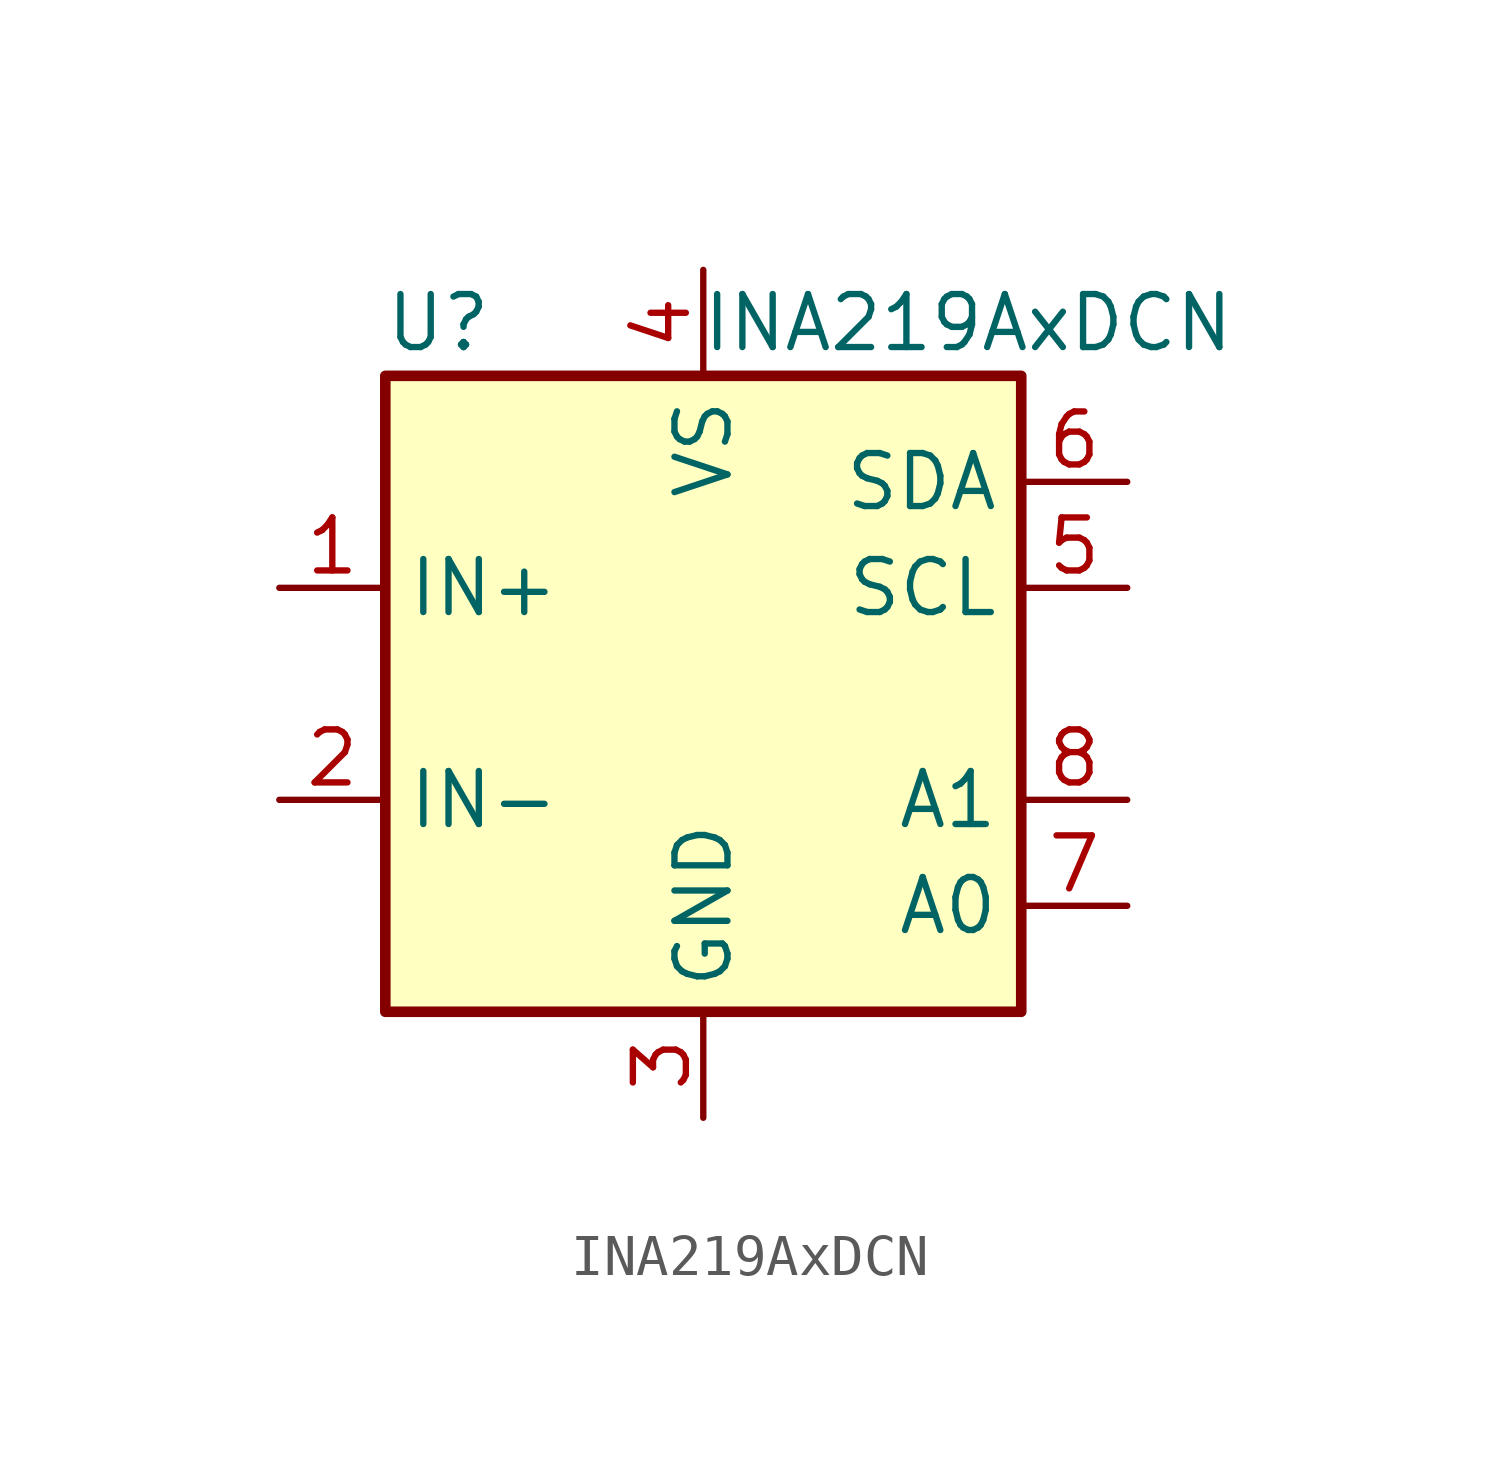
<source format=kicad_sym>
(kicad_symbol_lib
  (version 20220914)
  (generator kicad_symbol_editor)
  (symbol "INA219AxDCN"
    (property "Reference" "U"
      (at -6.35 8.89 0)
      (effects (font (size 1.27 1.27))))
    (property "Value" "INA219AxDCN"
      (at 6.35 8.89 0)
      (effects (font (size 1.27 1.27))))
    (symbol "INA219AxDCN_0_1"
      (rectangle (start -7.62 7.62) (end 7.62 -7.62) (stroke (width 0.254) (type default)) (fill (type background))))
    (symbol "INA219AxDCN_1_1"
      (pin input line (at -10.16 2.54 0) (length 2.54) (name "IN+" (effects (font (size 1.27 1.27)))) (number "1" (effects (font (size 1.27 1.27)))))
      (pin input line (at -10.16 -2.54 0) (length 2.54) (name "IN-" (effects (font (size 1.27 1.27)))) (number "2" (effects (font (size 1.27 1.27)))))
      (pin power_in line (at 0 -10.16 90) (length 2.54) (name "GND" (effects (font (size 1.27 1.27)))) (number "3" (effects (font (size 1.27 1.27)))))
      (pin power_in line (at 0 10.16 270) (length 2.54) (name "VS" (effects (font (size 1.27 1.27)))) (number "4" (effects (font (size 1.27 1.27)))))
      (pin input line (at 10.16 2.54 180) (length 2.54) (name "SCL" (effects (font (size 1.27 1.27)))) (number "5" (effects (font (size 1.27 1.27)))))
      (pin bidirectional line (at 10.16 5.08 180) (length 2.54) (name "SDA" (effects (font (size 1.27 1.27)))) (number "6" (effects (font (size 1.27 1.27)))))
      (pin input line (at 10.16 -5.08 180) (length 2.54) (name "A0" (effects (font (size 1.27 1.27)))) (number "7" (effects (font (size 1.27 1.27)))))
      (pin input line (at 10.16 -2.54 180) (length 2.54) (name "A1" (effects (font (size 1.27 1.27)))) (number "8" (effects (font (size 1.27 1.27))))))))
</source>
